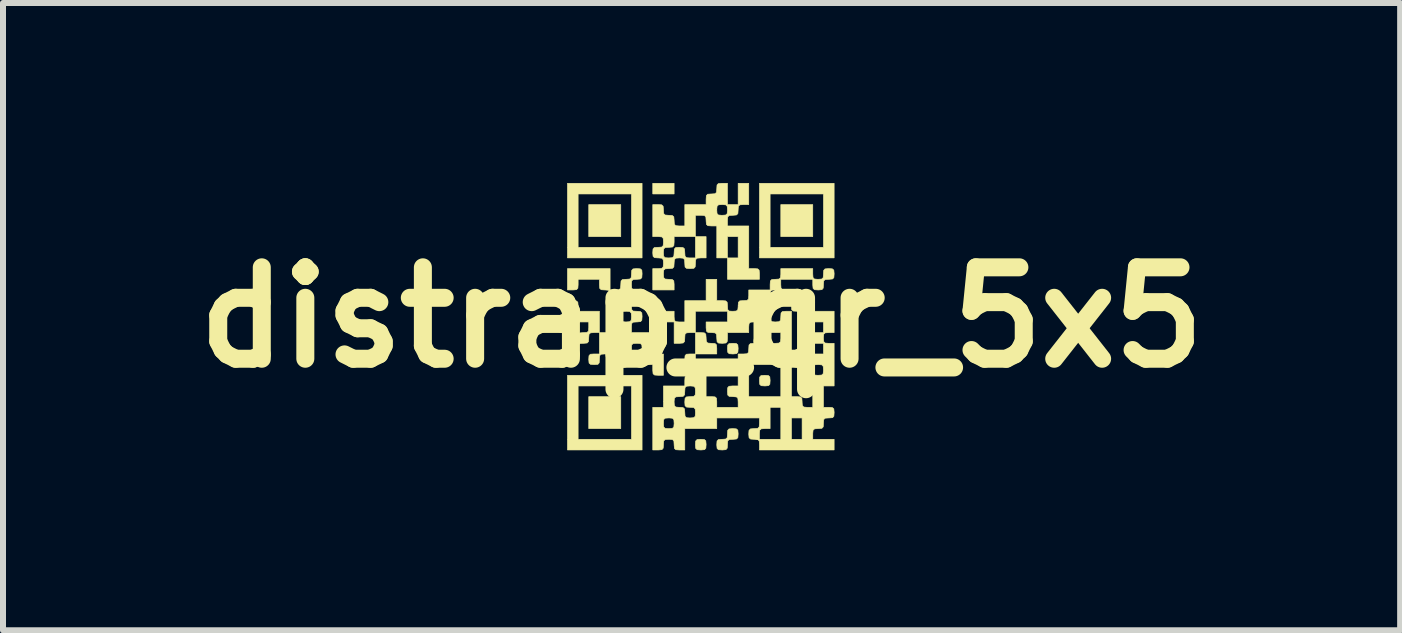
<source format=kicad_pcb>
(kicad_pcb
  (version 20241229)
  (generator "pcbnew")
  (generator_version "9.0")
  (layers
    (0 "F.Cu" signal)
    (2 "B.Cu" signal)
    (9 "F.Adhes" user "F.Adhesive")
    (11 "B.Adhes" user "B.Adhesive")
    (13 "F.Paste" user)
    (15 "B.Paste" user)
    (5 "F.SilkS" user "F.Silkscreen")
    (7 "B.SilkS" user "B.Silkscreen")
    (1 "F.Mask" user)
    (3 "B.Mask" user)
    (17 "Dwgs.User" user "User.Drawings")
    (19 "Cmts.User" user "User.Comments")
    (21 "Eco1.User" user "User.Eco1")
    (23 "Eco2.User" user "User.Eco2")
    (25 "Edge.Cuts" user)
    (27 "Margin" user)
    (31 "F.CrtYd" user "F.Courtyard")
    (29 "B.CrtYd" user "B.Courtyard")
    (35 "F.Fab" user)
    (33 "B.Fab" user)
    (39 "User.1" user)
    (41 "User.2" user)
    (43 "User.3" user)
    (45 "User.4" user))
  (footprint "distrap_qr_5x5"
    (layer "F.Cu")
    (at 8.643 2.24)
    (property "Reference" "distrap_qr_5x5" (at 0 0 0) (layer "F.SilkS") (effects (font (size 1.524 1.524) (thickness 0.3))))
    (attr through_hole)
    (fp_poly (pts (xy -1.346 -1.346) (xy -1.88 -1.346) (xy -1.88 -1.88) (xy -1.346 -1.88) (xy -1.346 -1.346)) (stroke (width 0.01) (type solid)) (fill yes) (layer "F.SilkS"))
    (fp_poly (pts (xy -1.346 1.854) (xy -1.88 1.854) (xy -1.88 1.321) (xy -1.346 1.321) (xy -1.346 1.854)) (stroke (width 0.01) (type solid)) (fill yes) (layer "F.SilkS"))
    (fp_poly (pts (xy -0.457 -2.057) (xy -0.813 -2.057) (xy -0.813 -2.235) (xy -0.457 -2.235) (xy -0.457 -2.057)) (stroke (width 0.01) (type solid)) (fill yes) (layer "F.SilkS"))
    (fp_poly (pts (xy 1.854 -1.346) (xy 1.321 -1.346) (xy 1.321 -1.88) (xy 1.854 -1.88) (xy 1.854 -1.346)) (stroke (width 0.01) (type solid)) (fill yes) (layer "F.SilkS"))
    (fp_poly (pts (xy -0.991 -0.991) (xy -2.235 -0.991) (xy -2.235 -2.057) (xy -2.057 -2.057) (xy -2.057 -1.168) (xy -1.168 -1.168) (xy -1.168 -2.057) (xy -2.057 -2.057) (xy -2.235 -2.057) (xy -2.235 -2.235) (xy -0.991 -2.235) (xy -0.991 -0.991)) (stroke (width 0.01) (type solid)) (fill yes) (layer "F.SilkS"))
    (fp_poly (pts (xy -0.991 2.21) (xy -2.235 2.21) (xy -2.235 1.143) (xy -2.057 1.143) (xy -2.057 2.032) (xy -1.168 2.032) (xy -1.168 1.143) (xy -2.057 1.143) (xy -2.235 1.143) (xy -2.235 0.965) (xy -0.991 0.965) (xy -0.991 2.21)) (stroke (width 0.01) (type solid)) (fill yes) (layer "F.SilkS"))
    (fp_poly (pts (xy 2.21 -0.991) (xy 0.965 -0.991) (xy 0.965 -2.057) (xy 1.143 -2.057) (xy 1.143 -1.168) (xy 2.032 -1.168) (xy 2.032 -2.057) (xy 1.143 -2.057) (xy 0.965 -2.057) (xy 0.965 -2.235) (xy 2.21 -2.235) (xy 2.21 -0.991)) (stroke (width 0.01) (type solid)) (fill yes) (layer "F.SilkS"))
    (fp_poly (pts (xy 0.047 2.036) (xy 0.071 2.058) (xy 0.076 2.114) (xy 0.076 2.121) (xy 0.072 2.18) (xy 0.05 2.205) (xy -0.006 2.21) (xy -0.013 2.21) (xy -0.072 2.206) (xy -0.097 2.184) (xy -0.102 2.128) (xy -0.102 2.121) (xy -0.098 2.061) (xy -0.075 2.037) (xy -0.019 2.032) (xy -0.013 2.032) (xy 0.047 2.036)) (stroke (width 0.01) (type solid)) (fill yes) (layer "F.SilkS"))
    (fp_poly (pts (xy 0.58 0.436) (xy 0.605 0.458) (xy 0.61 0.514) (xy 0.61 0.521) (xy 0.606 0.58) (xy 0.583 0.605) (xy 0.527 0.61) (xy 0.521 0.61) (xy 0.461 0.606) (xy 0.437 0.583) (xy 0.432 0.527) (xy 0.432 0.521) (xy 0.436 0.461) (xy 0.458 0.437) (xy 0.514 0.432) (xy 0.521 0.432) (xy 0.58 0.436)) (stroke (width 0.01) (type solid)) (fill yes) (layer "F.SilkS"))
    (fp_poly (pts (xy 1.114 0.969) (xy 1.138 0.991) (xy 1.143 1.047) (xy 1.143 1.054) (xy 1.139 1.114) (xy 1.117 1.138) (xy 1.061 1.143) (xy 1.054 1.143) (xy 0.995 1.139) (xy 0.97 1.117) (xy 0.965 1.061) (xy 0.965 1.054) (xy 0.969 0.995) (xy 0.991 0.97) (xy 1.047 0.965) (xy 1.054 0.965) (xy 1.114 0.969)) (stroke (width 0.01) (type solid)) (fill yes) (layer "F.SilkS"))
    (fp_poly (pts (xy 0.58 1.858) (xy 0.605 1.88) (xy 0.61 1.936) (xy 0.61 1.943) (xy 0.606 2.003) (xy 0.583 2.027) (xy 0.527 2.032) (xy 0.521 2.032) (xy 0.461 2.036) (xy 0.437 2.058) (xy 0.432 2.114) (xy 0.432 2.121) (xy 0.428 2.18) (xy 0.406 2.205) (xy 0.35 2.21) (xy 0.343 2.21) (xy 0.283 2.206) (xy 0.259 2.184) (xy 0.254 2.128) (xy 0.254 2.121) (xy 0.258 2.061) (xy 0.28 2.037) (xy 0.336 2.032) (xy 0.343 2.032) (xy 0.402 2.028) (xy 0.427 2.006) (xy 0.432 1.95) (xy 0.432 1.943) (xy 0.436 1.884) (xy 0.458 1.859) (xy 0.514 1.854) (xy 0.521 1.854) (xy 0.58 1.858)) (stroke (width 0.01) (type solid)) (fill yes) (layer "F.SilkS"))
    (fp_poly (pts (xy -2.087 -0.275) (xy -2.062 -0.253) (xy -2.057 -0.197) (xy -2.057 -0.191) (xy -2.057 -0.102) (xy -1.702 -0.102) (xy -1.702 0.254) (xy -1.791 0.254) (xy -1.85 0.258) (xy -1.875 0.28) (xy -1.88 0.336) (xy -1.88 0.343) (xy -1.884 0.402) (xy -1.906 0.427) (xy -1.962 0.432) (xy -1.968 0.432) (xy -2.028 0.436) (xy -2.053 0.458) (xy -2.057 0.514) (xy -2.057 0.521) (xy -2.061 0.58) (xy -2.084 0.605) (xy -2.14 0.61) (xy -2.146 0.61) (xy -2.206 0.606) (xy -2.23 0.583) (xy -2.235 0.527) (xy -2.235 0.521) (xy -2.231 0.461) (xy -2.209 0.437) (xy -2.153 0.432) (xy -2.146 0.432) (xy -2.087 0.428) (xy -2.062 0.406) (xy -2.057 0.35) (xy -2.057 0.343) (xy -2.053 0.283) (xy -2.031 0.259) (xy -1.975 0.254) (xy -1.968 0.254) (xy -1.909 0.25) (xy -1.884 0.228) (xy -1.88 0.172) (xy -1.88 0.165) (xy -1.88 0.076) (xy -2.235 0.076) (xy -2.235 -0.279) (xy -2.146 -0.279) (xy -2.087 -0.275)) (stroke (width 0.01) (type solid)) (fill yes) (layer "F.SilkS"))
    (fp_poly (pts (xy 0.076 -1.346) (xy 0.076 -0.991) (xy -0.013 -0.991) (xy -0.072 -0.987) (xy -0.097 -0.964) (xy -0.102 -0.908) (xy -0.102 -0.902) (xy -0.106 -0.842) (xy -0.128 -0.818) (xy -0.184 -0.813) (xy -0.191 -0.813) (xy -0.25 -0.817) (xy -0.275 -0.839) (xy -0.279 -0.895) (xy -0.279 -0.902) (xy -0.283 -0.961) (xy -0.306 -0.986) (xy -0.362 -0.991) (xy -0.368 -0.991) (xy -0.428 -0.987) (xy -0.452 -0.964) (xy -0.457 -0.908) (xy -0.457 -0.902) (xy -0.461 -0.842) (xy -0.483 -0.818) (xy -0.539 -0.813) (xy -0.546 -0.813) (xy -0.606 -0.809) (xy -0.63 -0.787) (xy -0.635 -0.731) (xy -0.635 -0.724) (xy -0.631 -0.664) (xy -0.609 -0.64) (xy -0.553 -0.635) (xy -0.546 -0.635) (xy -0.487 -0.631) (xy -0.462 -0.609) (xy -0.457 -0.553) (xy -0.457 -0.546) (xy -0.457 -0.457) (xy -0.813 -0.457) (xy -0.813 -0.813) (xy -0.724 -0.813) (xy -0.664 -0.817) (xy -0.64 -0.839) (xy -0.635 -0.895) (xy -0.635 -0.902) (xy -0.639 -0.961) (xy -0.661 -0.986) (xy -0.717 -0.991) (xy -0.724 -0.991) (xy -0.783 -0.995) (xy -0.808 -1.017) (xy -0.813 -1.073) (xy -0.813 -1.079) (xy -0.635 -1.079) (xy -0.631 -1.02) (xy -0.609 -0.995) (xy -0.553 -0.991) (xy -0.546 -0.991) (xy -0.487 -0.995) (xy -0.462 -1.017) (xy -0.457 -1.073) (xy -0.457 -1.079) (xy -0.453 -1.139) (xy -0.431 -1.164) (xy -0.375 -1.168) (xy -0.368 -1.168) (xy -0.309 -1.164) (xy -0.284 -1.142) (xy -0.279 -1.086) (xy -0.279 -1.079) (xy -0.275 -1.02) (xy -0.253 -0.995) (xy -0.197 -0.991) (xy -0.191 -0.991) (xy -0.102 -0.991) (xy -0.102 -1.346) (xy -0.457 -1.346) (xy -0.457 -1.257) (xy -0.461 -1.198) (xy -0.483 -1.173) (xy -0.539 -1.168) (xy -0.546 -1.168) (xy -0.606 -1.164) (xy -0.63 -1.142) (xy -0.635 -1.086) (xy -0.635 -1.079) (xy -0.813 -1.079) (xy -0.809 -1.139) (xy -0.787 -1.164) (xy -0.731 -1.168) (xy -0.724 -1.168) (xy -0.664 -1.172) (xy -0.64 -1.195) (xy -0.635 -1.251) (xy -0.635 -1.257) (xy -0.639 -1.317) (xy -0.661 -1.341) (xy -0.717 -1.346) (xy -0.724 -1.346) (xy -0.813 -1.346) (xy -0.813 -1.88) (xy -0.724 -1.88) (xy -0.664 -1.876) (xy -0.64 -1.853) (xy -0.635 -1.797) (xy -0.635 -1.791) (xy -0.631 -1.731) (xy -0.609 -1.707) (xy -0.553 -1.702) (xy -0.546 -1.702) (xy -0.487 -1.698) (xy -0.462 -1.676) (xy -0.457 -1.62) (xy -0.457 -1.613) (xy -0.453 -1.553) (xy -0.431 -1.529) (xy -0.375 -1.524) (xy -0.368 -1.524) (xy -0.279 -1.524) (xy -0.279 -1.791) (xy 0.254 -1.791) (xy 0.258 -1.731) (xy 0.28 -1.707) (xy 0.336 -1.702) (xy 0.343 -1.702) (xy 0.402 -1.706) (xy 0.427 -1.728) (xy 0.432 -1.784) (xy 0.432 -1.791) (xy 0.428 -1.85) (xy 0.406 -1.875) (xy 0.35 -1.88) (xy 0.343 -1.88) (xy 0.283 -1.876) (xy 0.259 -1.853) (xy 0.254 -1.797) (xy 0.254 -1.791) (xy -0.279 -1.791) (xy -0.279 -1.88) (xy 0.076 -1.88) (xy 0.076 -1.968) (xy 0.08 -2.028) (xy 0.102 -2.053) (xy 0.158 -2.057) (xy 0.165 -2.057) (xy 0.225 -2.061) (xy 0.249 -2.084) (xy 0.254 -2.14) (xy 0.254 -2.146) (xy 0.258 -2.206) (xy 0.28 -2.23) (xy 0.336 -2.235) (xy 0.343 -2.235) (xy 0.432 -2.235) (xy 0.432 -1.88) (xy 0.61 -1.88) (xy 0.61 -2.235) (xy 0.787 -2.235) (xy 0.787 -1.88) (xy 0.699 -1.88) (xy 0.639 -1.876) (xy 0.614 -1.853) (xy 0.61 -1.797) (xy 0.61 -1.791) (xy 0.606 -1.731) (xy 0.583 -1.707) (xy 0.527 -1.702) (xy 0.521 -1.702) (xy 0.461 -1.698) (xy 0.437 -1.676) (xy 0.432 -1.62) (xy 0.432 -1.613) (xy 0.432 -1.524) (xy 0.787 -1.524) (xy 0.787 -0.813) (xy 0.876 -0.813) (xy 0.936 -0.809) (xy 0.96 -0.787) (xy 0.965 -0.731) (xy 0.965 -0.724) (xy 0.965 -0.635) (xy 0.432 -0.635) (xy 0.432 -0.991) (xy 0.254 -0.991) (xy 0.254 -1.346) (xy 0.432 -1.346) (xy 0.432 -0.991) (xy 0.61 -0.991) (xy 0.61 -1.346) (xy 0.432 -1.346) (xy 0.254 -1.346) (xy 0.254 -1.524) (xy 0.165 -1.524) (xy 0.106 -1.528) (xy 0.081 -1.55) (xy 0.076 -1.606) (xy 0.076 -1.613) (xy 0.072 -1.672) (xy 0.05 -1.697) (xy -0.006 -1.702) (xy -0.013 -1.702) (xy -0.102 -1.702) (xy -0.102 -1.346) (xy 0.076 -1.346)) (stroke (width 0.01) (type solid)) (fill yes) (layer "F.SilkS"))
    (fp_poly (pts (xy -0.191 0.254) (xy -0.25 0.258) (xy -0.275 0.28) (xy -0.279 0.336) (xy -0.279 0.343) (xy -0.283 0.402) (xy -0.306 0.427) (xy -0.362 0.432) (xy -0.368 0.432) (xy -0.457 0.432) (xy -0.457 0.076) (xy -0.635 0.076) (xy -0.635 0.432) (xy -0.724 0.432) (xy -0.783 0.436) (xy -0.808 0.458) (xy -0.813 0.514) (xy -0.813 0.521) (xy -0.809 0.58) (xy -0.787 0.605) (xy -0.731 0.61) (xy -0.724 0.61) (xy -0.635 0.61) (xy -0.635 0.965) (xy -0.724 0.965) (xy -0.783 0.961) (xy -0.808 0.939) (xy -0.813 0.883) (xy -0.813 0.876) (xy -0.813 0.787) (xy -1.168 0.787) (xy -1.168 0.699) (xy -1.172 0.639) (xy -1.195 0.614) (xy -1.251 0.61) (xy -1.257 0.61) (xy -1.317 0.614) (xy -1.341 0.636) (xy -1.346 0.692) (xy -1.346 0.699) (xy -1.35 0.758) (xy -1.372 0.783) (xy -1.428 0.787) (xy -1.435 0.787) (xy -1.495 0.783) (xy -1.519 0.761) (xy -1.524 0.705) (xy -1.524 0.699) (xy -1.528 0.639) (xy -1.55 0.614) (xy -1.606 0.61) (xy -1.613 0.61) (xy -1.672 0.614) (xy -1.697 0.636) (xy -1.702 0.692) (xy -1.702 0.699) (xy -1.706 0.758) (xy -1.728 0.783) (xy -1.784 0.787) (xy -1.791 0.787) (xy -1.85 0.783) (xy -1.875 0.761) (xy -1.88 0.705) (xy -1.88 0.699) (xy -1.876 0.639) (xy -1.853 0.614) (xy -1.797 0.61) (xy -1.791 0.61) (xy -1.702 0.61) (xy -1.702 0.254) (xy -1.524 0.254) (xy -1.524 0.61) (xy -1.346 0.61) (xy -1.346 0.521) (xy -1.168 0.521) (xy -1.164 0.58) (xy -1.142 0.605) (xy -1.086 0.61) (xy -1.079 0.61) (xy -1.02 0.606) (xy -0.995 0.583) (xy -0.991 0.527) (xy -0.991 0.521) (xy -0.995 0.461) (xy -1.017 0.437) (xy -1.073 0.432) (xy -1.079 0.432) (xy -1.139 0.436) (xy -1.164 0.458) (xy -1.168 0.514) (xy -1.168 0.521) (xy -1.346 0.521) (xy -1.346 0.076) (xy -1.435 0.076) (xy -1.495 0.072) (xy -1.519 0.05) (xy -1.524 -0.006) (xy -1.524 -0.013) (xy -1.346 -0.013) (xy -1.342 0.047) (xy -1.32 0.071) (xy -1.264 0.076) (xy -1.257 0.076) (xy -1.198 0.072) (xy -1.173 0.05) (xy -1.168 -0.006) (xy -1.168 -0.013) (xy -1.172 -0.072) (xy -1.195 -0.097) (xy -1.251 -0.102) (xy -1.257 -0.102) (xy -1.317 -0.098) (xy -1.341 -0.075) (xy -1.346 -0.019) (xy -1.346 -0.013) (xy -1.524 -0.013) (xy -1.52 -0.072) (xy -1.498 -0.097) (xy -1.442 -0.102) (xy -1.435 -0.102) (xy -1.376 -0.106) (xy -1.351 -0.128) (xy -1.346 -0.184) (xy -1.346 -0.191) (xy -1.35 -0.25) (xy -1.372 -0.275) (xy -1.428 -0.279) (xy -1.435 -0.279) (xy -1.495 -0.283) (xy -1.519 -0.306) (xy -1.524 -0.362) (xy -1.524 -0.368) (xy -1.528 -0.428) (xy -1.55 -0.452) (xy -1.606 -0.457) (xy -1.613 -0.457) (xy -1.672 -0.461) (xy -1.697 -0.483) (xy -1.702 -0.539) (xy -1.702 -0.546) (xy -1.702 -0.635) (xy -2.057 -0.635) (xy -2.057 -0.546) (xy -2.061 -0.487) (xy -2.084 -0.462) (xy -2.14 -0.457) (xy -2.146 -0.457) (xy -2.235 -0.457) (xy -2.235 -0.813) (xy -1.524 -0.813) (xy -1.524 -0.457) (xy -1.435 -0.457) (xy -1.376 -0.461) (xy -1.351 -0.483) (xy -1.346 -0.539) (xy -1.346 -0.546) (xy -1.342 -0.606) (xy -1.32 -0.63) (xy -1.264 -0.635) (xy -1.257 -0.635) (xy -1.198 -0.639) (xy -1.173 -0.661) (xy -1.168 -0.717) (xy -1.168 -0.724) (xy -1.164 -0.783) (xy -1.142 -0.808) (xy -1.086 -0.813) (xy -1.079 -0.813) (xy -1.02 -0.809) (xy -0.995 -0.787) (xy -0.991 -0.731) (xy -0.991 -0.724) (xy -0.995 -0.664) (xy -1.017 -0.64) (xy -1.073 -0.635) (xy -1.079 -0.635) (xy -1.139 -0.631) (xy -1.164 -0.609) (xy -1.168 -0.553) (xy -1.168 -0.546) (xy -1.164 -0.487) (xy -1.142 -0.462) (xy -1.086 -0.457) (xy -1.079 -0.457) (xy -1.02 -0.453) (xy -0.995 -0.431) (xy -0.991 -0.375) (xy -0.991 -0.368) (xy -0.995 -0.309) (xy -1.017 -0.284) (xy -1.073 -0.279) (xy -1.079 -0.279) (xy -1.139 -0.275) (xy -1.164 -0.253) (xy -1.168 -0.197) (xy -1.168 -0.191) (xy -1.164 -0.131) (xy -1.142 -0.106) (xy -1.086 -0.102) (xy -1.079 -0.102) (xy -1.02 -0.098) (xy -0.995 -0.075) (xy -0.991 -0.019) (xy -0.991 -0.013) (xy -0.995 0.047) (xy -1.017 0.071) (xy -1.073 0.076) (xy -1.079 0.076) (xy -1.139 0.08) (xy -1.164 0.102) (xy -1.168 0.158) (xy -1.168 0.165) (xy -1.168 0.254) (xy -0.813 0.254) (xy -0.813 -0.102) (xy -0.457 -0.102) (xy -0.457 -0.013) (xy -0.453 0.047) (xy -0.431 0.071) (xy -0.375 0.076) (xy -0.368 0.076) (xy -0.279 0.076) (xy -0.279 -0.279) (xy 0.076 -0.279) (xy 0.076 -0.635) (xy 0.254 -0.635) (xy 0.254 -0.279) (xy 0.343 -0.279) (xy 0.402 -0.275) (xy 0.427 -0.253) (xy 0.432 -0.197) (xy 0.432 -0.191) (xy 0.436 -0.131) (xy 0.458 -0.106) (xy 0.514 -0.102) (xy 0.521 -0.102) (xy 0.58 -0.106) (xy 0.605 -0.128) (xy 0.61 -0.184) (xy 0.61 -0.191) (xy 0.965 -0.191) (xy 0.969 -0.131) (xy 0.991 -0.106) (xy 1.047 -0.102) (xy 1.054 -0.102) (xy 1.114 -0.098) (xy 1.138 -0.075) (xy 1.143 -0.019) (xy 1.143 -0.013) (xy 1.147 0.047) (xy 1.169 0.071) (xy 1.225 0.076) (xy 1.232 0.076) (xy 1.291 0.072) (xy 1.316 0.05) (xy 1.321 -0.006) (xy 1.321 -0.013) (xy 1.325 -0.072) (xy 1.347 -0.097) (xy 1.403 -0.102) (xy 1.41 -0.102) (xy 1.499 -0.102) (xy 1.499 0.61) (xy 2.032 0.61) (xy 2.032 0.432) (xy 1.676 0.432) (xy 1.676 0.254) (xy 2.032 0.254) (xy 2.032 0.076) (xy 1.676 0.076) (xy 1.676 -0.013) (xy 1.672 -0.072) (xy 1.65 -0.097) (xy 1.594 -0.102) (xy 1.587 -0.102) (xy 1.528 -0.106) (xy 1.503 -0.128) (xy 1.499 -0.184) (xy 1.499 -0.191) (xy 1.495 -0.25) (xy 1.472 -0.275) (xy 1.416 -0.279) (xy 1.41 -0.279) (xy 1.35 -0.283) (xy 1.326 -0.306) (xy 1.321 -0.362) (xy 1.321 -0.368) (xy 1.317 -0.428) (xy 1.295 -0.452) (xy 1.239 -0.457) (xy 1.232 -0.457) (xy 1.172 -0.453) (xy 1.148 -0.431) (xy 1.143 -0.375) (xy 1.143 -0.368) (xy 1.139 -0.309) (xy 1.117 -0.284) (xy 1.061 -0.279) (xy 1.054 -0.279) (xy 0.995 -0.275) (xy 0.97 -0.253) (xy 0.965 -0.197) (xy 0.965 -0.191) (xy 0.61 -0.191) (xy 0.614 -0.25) (xy 0.636 -0.275) (xy 0.692 -0.279) (xy 0.699 -0.279) (xy 0.758 -0.283) (xy 0.783 -0.306) (xy 0.787 -0.362) (xy 0.787 -0.368) (xy 0.787 -0.457) (xy 1.143 -0.457) (xy 1.143 -0.546) (xy 1.147 -0.606) (xy 1.169 -0.63) (xy 1.225 -0.635) (xy 1.232 -0.635) (xy 1.291 -0.639) (xy 1.316 -0.661) (xy 1.321 -0.717) (xy 1.321 -0.724) (xy 1.321 -0.813) (xy 1.854 -0.813) (xy 1.854 -0.724) (xy 1.858 -0.664) (xy 1.88 -0.64) (xy 1.936 -0.635) (xy 1.943 -0.635) (xy 2.003 -0.639) (xy 2.027 -0.661) (xy 2.032 -0.717) (xy 2.032 -0.724) (xy 2.036 -0.783) (xy 2.058 -0.808) (xy 2.114 -0.813) (xy 2.121 -0.813) (xy 2.18 -0.809) (xy 2.205 -0.787) (xy 2.21 -0.731) (xy 2.21 -0.724) (xy 2.206 -0.664) (xy 2.184 -0.64) (xy 2.128 -0.635) (xy 2.121 -0.635) (xy 2.061 -0.631) (xy 2.037 -0.609) (xy 2.032 -0.553) (xy 2.032 -0.546) (xy 2.028 -0.487) (xy 2.006 -0.462) (xy 1.95 -0.457) (xy 1.943 -0.457) (xy 1.884 -0.461) (xy 1.859 -0.483) (xy 1.854 -0.539) (xy 1.854 -0.546) (xy 1.854 -0.635) (xy 1.321 -0.635) (xy 1.321 -0.546) (xy 1.325 -0.487) (xy 1.347 -0.462) (xy 1.403 -0.457) (xy 1.41 -0.457) (xy 1.469 -0.453) (xy 1.494 -0.431) (xy 1.499 -0.375) (xy 1.499 -0.368) (xy 1.499 -0.279) (xy 1.854 -0.279) (xy 1.854 -0.102) (xy 2.21 -0.102) (xy 2.21 0.254) (xy 2.121 0.254) (xy 2.061 0.258) (xy 2.037 0.28) (xy 2.032 0.336) (xy 2.032 0.343) (xy 2.036 0.402) (xy 2.058 0.427) (xy 2.114 0.432) (xy 2.121 0.432) (xy 2.21 0.432) (xy 2.21 1.143) (xy 2.032 1.143) (xy 2.032 1.499) (xy 2.121 1.499) (xy 2.18 1.503) (xy 2.205 1.525) (xy 2.21 1.581) (xy 2.21 1.587) (xy 2.206 1.647) (xy 2.184 1.672) (xy 2.128 1.676) (xy 2.121 1.676) (xy 2.061 1.68) (xy 2.037 1.703) (xy 2.032 1.759) (xy 2.032 1.765) (xy 2.028 1.825) (xy 2.006 1.849) (xy 1.95 1.854) (xy 1.943 1.854) (xy 1.884 1.858) (xy 1.859 1.88) (xy 1.854 1.936) (xy 1.854 1.943) (xy 1.854 2.032) (xy 2.21 2.032) (xy 2.21 2.21) (xy 0.965 2.21) (xy 0.965 2.121) (xy 0.961 2.061) (xy 0.939 2.037) (xy 0.883 2.032) (xy 0.876 2.032) (xy 0.817 2.028) (xy 0.792 2.006) (xy 0.787 1.95) (xy 0.787 1.943) (xy 0.965 1.943) (xy 0.965 2.032) (xy 1.321 2.032) (xy 1.321 1.676) (xy 1.499 1.676) (xy 1.499 2.032) (xy 1.676 2.032) (xy 1.676 1.676) (xy 1.499 1.676) (xy 1.321 1.676) (xy 1.321 1.499) (xy 1.143 1.499) (xy 1.143 1.854) (xy 1.054 1.854) (xy 0.995 1.858) (xy 0.97 1.88) (xy 0.965 1.936) (xy 0.965 1.943) (xy 0.787 1.943) (xy 0.791 1.884) (xy 0.814 1.859) (xy 0.87 1.854) (xy 0.876 1.854) (xy 0.936 1.85) (xy 0.96 1.828) (xy 0.965 1.772) (xy 0.965 1.765) (xy 0.965 1.676) (xy 0.254 1.676) (xy 0.254 1.854) (xy -0.279 1.854) (xy -0.279 2.21) (xy -0.368 2.21) (xy -0.428 2.206) (xy -0.452 2.184) (xy -0.457 2.128) (xy -0.457 2.121) (xy -0.461 2.061) (xy -0.483 2.037) (xy -0.539 2.032) (xy -0.546 2.032) (xy -0.606 2.036) (xy -0.63 2.058) (xy -0.635 2.114) (xy -0.635 2.121) (xy -0.639 2.18) (xy -0.661 2.205) (xy -0.717 2.21) (xy -0.724 2.21) (xy -0.813 2.21) (xy -0.813 1.765) (xy -0.635 1.765) (xy -0.631 1.825) (xy -0.609 1.849) (xy -0.553 1.854) (xy -0.546 1.854) (xy -0.487 1.85) (xy -0.462 1.828) (xy -0.457 1.772) (xy -0.457 1.765) (xy -0.461 1.706) (xy -0.483 1.681) (xy -0.539 1.676) (xy -0.546 1.676) (xy -0.606 1.68) (xy -0.63 1.703) (xy -0.635 1.759) (xy -0.635 1.765) (xy -0.813 1.765) (xy -0.813 1.499) (xy -0.635 1.499) (xy -0.635 1.41) (xy -0.457 1.41) (xy -0.453 1.469) (xy -0.431 1.494) (xy -0.375 1.499) (xy -0.368 1.499) (xy -0.309 1.503) (xy -0.284 1.525) (xy -0.279 1.581) (xy -0.279 1.587) (xy -0.275 1.647) (xy -0.253 1.672) (xy -0.197 1.676) (xy -0.191 1.676) (xy -0.131 1.672) (xy -0.106 1.65) (xy -0.102 1.594) (xy -0.102 1.587) (xy -0.106 1.528) (xy -0.128 1.503) (xy -0.184 1.499) (xy -0.191 1.499) (xy -0.25 1.495) (xy -0.275 1.472) (xy -0.279 1.416) (xy -0.279 1.41) (xy -0.275 1.35) (xy -0.253 1.326) (xy -0.197 1.321) (xy -0.191 1.321) (xy -0.131 1.317) (xy -0.106 1.295) (xy -0.102 1.239) (xy -0.102 1.232) (xy -0.106 1.172) (xy -0.128 1.148) (xy -0.184 1.143) (xy -0.191 1.143) (xy -0.25 1.147) (xy -0.275 1.169) (xy -0.279 1.225) (xy -0.279 1.232) (xy -0.283 1.291) (xy -0.306 1.316) (xy -0.362 1.321) (xy -0.368 1.321) (xy -0.428 1.325) (xy -0.452 1.347) (xy -0.457 1.403) (xy -0.457 1.41) (xy -0.635 1.41) (xy -0.635 1.143) (xy -0.279 1.143) (xy -0.279 1.054) (xy -0.275 0.995) (xy -0.253 0.97) (xy -0.197 0.965) (xy -0.191 0.965) (xy -0.131 0.961) (xy -0.106 0.939) (xy -0.102 0.883) (xy -0.102 0.876) (xy -0.106 0.817) (xy -0.128 0.792) (xy -0.184 0.787) (xy -0.191 0.787) (xy -0.25 0.783) (xy -0.275 0.761) (xy -0.279 0.705) (xy -0.279 0.699) (xy -0.275 0.639) (xy -0.253 0.614) (xy -0.197 0.61) (xy -0.191 0.61) (xy -0.102 0.61) (xy -0.102 0.787) (xy 0.254 0.787) (xy 0.254 0.876) (xy 0.25 0.936) (xy 0.228 0.96) (xy 0.172 0.965) (xy 0.165 0.965) (xy 0.076 0.965) (xy 0.076 1.321) (xy 0.165 1.321) (xy 0.225 1.325) (xy 0.249 1.347) (xy 0.254 1.403) (xy 0.254 1.41) (xy 0.254 1.499) (xy 0.61 1.499) (xy 0.61 1.41) (xy 0.606 1.35) (xy 0.583 1.326) (xy 0.527 1.321) (xy 0.521 1.321) (xy 0.461 1.317) (xy 0.437 1.295) (xy 0.432 1.239) (xy 0.432 1.232) (xy 0.436 1.172) (xy 0.458 1.148) (xy 0.514 1.143) (xy 0.521 1.143) (xy 0.61 1.143) (xy 0.61 0.787) (xy 0.787 0.787) (xy 0.787 1.321) (xy 1.321 1.321) (xy 1.321 0.787) (xy 1.499 0.787) (xy 1.499 1.321) (xy 1.587 1.321) (xy 1.647 1.325) (xy 1.672 1.347) (xy 1.676 1.403) (xy 1.676 1.41) (xy 1.68 1.469) (xy 1.703 1.494) (xy 1.759 1.499) (xy 1.765 1.499) (xy 1.854 1.499) (xy 1.854 1.143) (xy 1.676 1.143) (xy 1.676 0.876) (xy 1.854 0.876) (xy 1.858 0.936) (xy 1.88 0.96) (xy 1.936 0.965) (xy 1.943 0.965) (xy 2.003 0.961) (xy 2.027 0.939) (xy 2.032 0.883) (xy 2.032 0.876) (xy 2.028 0.817) (xy 2.006 0.792) (xy 1.95 0.787) (xy 1.943 0.787) (xy 1.884 0.791) (xy 1.859 0.814) (xy 1.854 0.87) (xy 1.854 0.876) (xy 1.676 0.876) (xy 1.676 0.787) (xy 1.499 0.787) (xy 1.321 0.787) (xy 0.787 0.787) (xy 0.61 0.787) (xy 0.61 0.61) (xy 0.699 0.61) (xy 0.758 0.606) (xy 0.783 0.583) (xy 0.787 0.527) (xy 0.787 0.521) (xy 0.791 0.461) (xy 0.814 0.437) (xy 0.87 0.432) (xy 0.876 0.432) (xy 0.936 0.436) (xy 0.96 0.458) (xy 0.965 0.514) (xy 0.965 0.521) (xy 0.969 0.58) (xy 0.991 0.605) (xy 1.047 0.61) (xy 1.054 0.61) (xy 1.114 0.606) (xy 1.138 0.583) (xy 1.143 0.527) (xy 1.143 0.521) (xy 1.147 0.461) (xy 1.169 0.437) (xy 1.225 0.432) (xy 1.232 0.432) (xy 1.291 0.428) (xy 1.316 0.406) (xy 1.321 0.35) (xy 1.321 0.343) (xy 1.321 0.254) (xy 0.965 0.254) (xy 0.965 0.165) (xy 0.961 0.106) (xy 0.939 0.081) (xy 0.883 0.076) (xy 0.876 0.076) (xy 0.817 0.08) (xy 0.792 0.102) (xy 0.787 0.158) (xy 0.787 0.165) (xy 0.787 0.254) (xy 0.432 0.254) (xy 0.432 0.343) (xy 0.428 0.402) (xy 0.406 0.427) (xy 0.35 0.432) (xy 0.343 0.432) (xy 0.283 0.428) (xy 0.259 0.406) (xy 0.254 0.35) (xy 0.254 0.343) (xy 0.25 0.283) (xy 0.228 0.259) (xy 0.172 0.254) (xy 0.165 0.254) (xy 0.106 0.25) (xy 0.081 0.228) (xy 0.076 0.172) (xy 0.076 0.165) (xy 0.076 0.076) (xy 0.432 0.076) (xy 0.432 -0.102) (xy -0.102 -0.102) (xy -0.102 0.254) (xy -0.013 0.254) (xy 0.047 0.258) (xy 0.071 0.28) (xy 0.076 0.336) (xy 0.076 0.343) (xy 0.08 0.402) (xy 0.102 0.427) (xy 0.158 0.432) (xy 0.165 0.432) (xy 0.225 0.436) (xy 0.249 0.458) (xy 0.254 0.514) (xy 0.254 0.521) (xy 0.254 0.61) (xy -0.102 0.61) (xy -0.102 0.254) (xy -0.191 0.254)) (stroke (width 0.01) (type solid)) (fill yes) (layer "F.SilkS")))
  (gr_rect
    (start -3 -3)
    (end 20.287 7.455)
    (stroke (width 0.1) (type default))
    (fill no)
    (layer "Edge.Cuts")))
</source>
